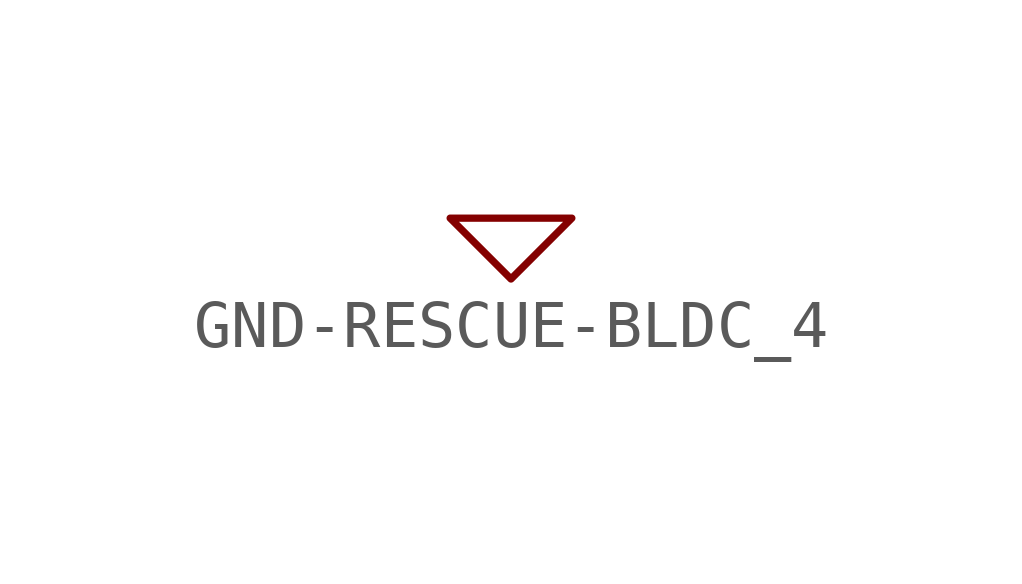
<source format=kicad_sym>
(kicad_symbol_lib
  (version 20231120)
  (generator "kicad_symbol_editor")
  (generator_version "8.0")
  (symbol "GND-RESCUE-BLDC_4"
    (power)
    (pin_names
      (offset 0))
    (property "Reference" "#PWR"
      (at 0 0 0)
      (effects (font (size 0.762 0.762)) (hide yes)))
    (property "Footprint" ""
      (at 0 0 0)
      (effects (font (size 1.524 1.524))))
    (property "Datasheet" ""
      (at 0 0 0)
      (effects (font (size 1.524 1.524))))
    (symbol "GND-RESCUE-BLDC_4_0_1"
      (polyline (pts (xy -1.27 0) (xy 0 -1.27) (xy 1.27 0) (xy -1.27 0)) (stroke (width 0) (type solid)) (fill (type none))))
    (symbol "GND-RESCUE-BLDC_4_1_1"
      (pin power_in line (at 0 0 90) (length 0) hide (name "GND" (effects (font (size 0.762 0.762)))) (number "1" (effects (font (size 0.762 0.762))))))))
</source>
